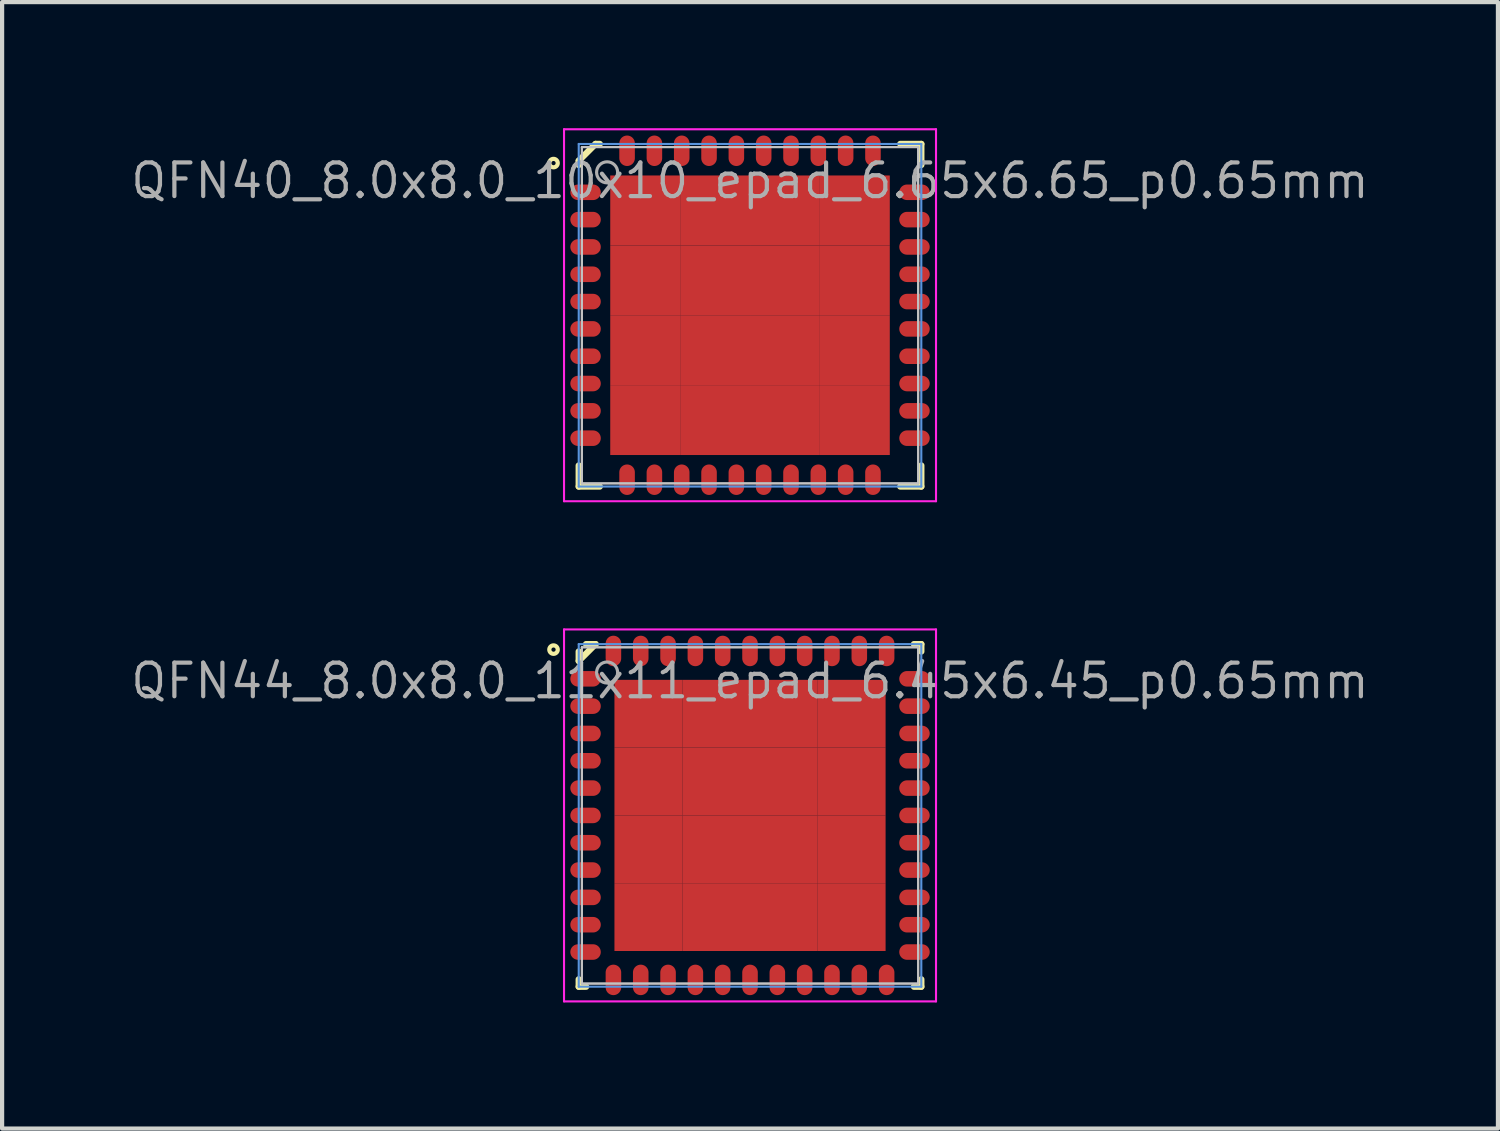
<source format=kicad_pcb>
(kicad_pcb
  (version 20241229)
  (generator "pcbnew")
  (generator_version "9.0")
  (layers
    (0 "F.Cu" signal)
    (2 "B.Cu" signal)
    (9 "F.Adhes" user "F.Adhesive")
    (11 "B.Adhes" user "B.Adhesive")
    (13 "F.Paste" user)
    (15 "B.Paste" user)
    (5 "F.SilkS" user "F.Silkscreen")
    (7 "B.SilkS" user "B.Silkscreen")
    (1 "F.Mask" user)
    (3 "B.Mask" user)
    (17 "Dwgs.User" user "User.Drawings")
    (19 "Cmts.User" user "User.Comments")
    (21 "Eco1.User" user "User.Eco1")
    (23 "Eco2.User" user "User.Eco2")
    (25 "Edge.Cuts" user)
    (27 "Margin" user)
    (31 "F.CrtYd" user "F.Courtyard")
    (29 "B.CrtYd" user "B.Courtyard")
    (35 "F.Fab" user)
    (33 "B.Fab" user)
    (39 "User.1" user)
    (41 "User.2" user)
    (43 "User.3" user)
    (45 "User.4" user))
  (footprint "QFN40_8.0x8.0_10x10_epad_6.65x6.65_p0.65mm"
    (layer "F.Cu")
    (at 14.794 4.45)
    (property "Reference" "QFN40_8.0x8.0_10x10_epad_6.65x6.65_p0.65mm" (at 0 -3.2 0) (layer "F.Fab") (effects (font (size 0.8 0.8) (thickness 0.1))))
    (attr through_hole)
    (fp_line (start -4.075 -3.675) (end -4.075 -3.575) (stroke (width 0.15) (type solid)) (layer "F.SilkS"))
    (fp_line (start -4.075 -3.675) (end -3.675 -4.075) (stroke (width 0.15) (type solid)) (layer "F.SilkS"))
    (fp_line (start -4.075 4.075) (end -4.075 3.575) (stroke (width 0.15) (type solid)) (layer "F.SilkS"))
    (fp_line (start -4.075 4.075) (end -3.575 4.075) (stroke (width 0.15) (type solid)) (layer "F.SilkS"))
    (fp_line (start -3.575 -4.075) (end -3.675 -4.075) (stroke (width 0.15) (type solid)) (layer "F.SilkS"))
    (fp_line (start 4.075 -4.075) (end 3.575 -4.075) (stroke (width 0.15) (type solid)) (layer "F.SilkS"))
    (fp_line (start 4.075 -4.075) (end 4.075 -3.575) (stroke (width 0.15) (type solid)) (layer "F.SilkS"))
    (fp_line (start 4.075 4.075) (end 3.575 4.075) (stroke (width 0.15) (type solid)) (layer "F.SilkS"))
    (fp_line (start 4.075 4.075) (end 4.075 3.575) (stroke (width 0.15) (type solid)) (layer "F.SilkS"))
    (fp_circle (center -4.675 -3.62) (end -4.604 -3.549) (stroke (width 0.1) (type solid)) (fill no) (layer "F.SilkS"))
    (fp_line (start -4 -4) (end -4 4) (stroke (width 0.05) (type solid)) (layer "Dwgs.User"))
    (fp_line (start -4 -4) (end 4 -4) (stroke (width 0.05) (type solid)) (layer "Dwgs.User"))
    (fp_line (start -4 4) (end 4 4) (stroke (width 0.05) (type solid)) (layer "Dwgs.User"))
    (fp_line (start 4 -4) (end 4 4) (stroke (width 0.05) (type solid)) (layer "Dwgs.User"))
    (fp_line (start -4.075 -4.075) (end -4.075 4.075) (stroke (width 0.05) (type solid)) (layer "Cmts.User"))
    (fp_line (start -4.075 -4.075) (end 4.075 -4.075) (stroke (width 0.05) (type solid)) (layer "Cmts.User"))
    (fp_line (start -4.075 4.075) (end 4.075 4.075) (stroke (width 0.05) (type solid)) (layer "Cmts.User"))
    (fp_line (start 4.075 -4.075) (end 4.075 4.075) (stroke (width 0.05) (type solid)) (layer "Cmts.User"))
    (fp_line (start -3.925 -3.925) (end -3.925 3.925) (stroke (width 0.05) (type solid)) (layer "Eco1.User"))
    (fp_line (start -3.925 -3.925) (end 3.925 -3.925) (stroke (width 0.05) (type solid)) (layer "Eco1.User"))
    (fp_line (start -3.925 3.925) (end 3.925 3.925) (stroke (width 0.05) (type solid)) (layer "Eco1.User"))
    (fp_line (start 3.925 -3.925) (end 3.925 3.925) (stroke (width 0.05) (type solid)) (layer "Eco1.User"))
    (fp_line (start -4.425 -4.425) (end -4.425 4.425) (stroke (width 0.05) (type solid)) (layer "F.CrtYd"))
    (fp_line (start -4.425 -4.425) (end 4.425 -4.425) (stroke (width 0.05) (type solid)) (layer "F.CrtYd"))
    (fp_line (start -4.425 4.425) (end 4.425 4.425) (stroke (width 0.05) (type solid)) (layer "F.CrtYd"))
    (fp_line (start 4.425 -4.425) (end 4.425 4.425) (stroke (width 0.05) (type solid)) (layer "F.CrtYd"))
    (fp_line (start -4 -4) (end -4 4) (stroke (width 0.05) (type solid)) (layer "F.Fab"))
    (fp_line (start -4 -4) (end 4 -4) (stroke (width 0.05) (type solid)) (layer "F.Fab"))
    (fp_line (start -4 4) (end 4 4) (stroke (width 0.05) (type solid)) (layer "F.Fab"))
    (fp_line (start 4 -4) (end 4 4) (stroke (width 0.05) (type solid)) (layer "F.Fab"))
    (fp_circle (center -3.4 -3.4) (end -3.223 -3.223) (stroke (width 0.075) (type solid)) (fill no) (layer "F.Fab"))
    (pad "1" smd oval (at -3.913 -2.925 180) (size 0.725 0.37) (layers "F.Cu" "F.Mask" "F.Paste"))
    (pad "2" smd oval (at -3.913 -2.275 180) (size 0.725 0.37) (layers "F.Cu" "F.Mask" "F.Paste"))
    (pad "3" smd oval (at -3.913 -1.625 180) (size 0.725 0.37) (layers "F.Cu" "F.Mask" "F.Paste"))
    (pad "4" smd oval (at -3.913 -0.975 180) (size 0.725 0.37) (layers "F.Cu" "F.Mask" "F.Paste"))
    (pad "5" smd oval (at -3.913 -0.325 180) (size 0.725 0.37) (layers "F.Cu" "F.Mask" "F.Paste"))
    (pad "6" smd oval (at -3.913 0.325 180) (size 0.725 0.37) (layers "F.Cu" "F.Mask" "F.Paste"))
    (pad "7" smd oval (at -3.913 0.975 180) (size 0.725 0.37) (layers "F.Cu" "F.Mask" "F.Paste"))
    (pad "8" smd oval (at -3.913 1.625 180) (size 0.725 0.37) (layers "F.Cu" "F.Mask" "F.Paste"))
    (pad "9" smd oval (at -3.913 2.275 180) (size 0.725 0.37) (layers "F.Cu" "F.Mask" "F.Paste"))
    (pad "10" smd oval (at -3.913 2.925 180) (size 0.725 0.37) (layers "F.Cu" "F.Mask" "F.Paste"))
    (pad "11" smd oval (at -2.925 3.913 270) (size 0.725 0.37) (layers "F.Cu" "F.Mask" "F.Paste"))
    (pad "12" smd oval (at -2.275 3.913 270) (size 0.725 0.37) (layers "F.Cu" "F.Mask" "F.Paste"))
    (pad "13" smd oval (at -1.625 3.913 270) (size 0.725 0.37) (layers "F.Cu" "F.Mask" "F.Paste"))
    (pad "14" smd oval (at -0.975 3.913 270) (size 0.725 0.37) (layers "F.Cu" "F.Mask" "F.Paste"))
    (pad "15" smd oval (at -0.325 3.913 270) (size 0.725 0.37) (layers "F.Cu" "F.Mask" "F.Paste"))
    (pad "16" smd oval (at 0.325 3.913 270) (size 0.725 0.37) (layers "F.Cu" "F.Mask" "F.Paste"))
    (pad "17" smd oval (at 0.975 3.913 270) (size 0.725 0.37) (layers "F.Cu" "F.Mask" "F.Paste"))
    (pad "18" smd oval (at 1.625 3.913 270) (size 0.725 0.37) (layers "F.Cu" "F.Mask" "F.Paste"))
    (pad "19" smd oval (at 2.275 3.913 270) (size 0.725 0.37) (layers "F.Cu" "F.Mask" "F.Paste"))
    (pad "20" smd oval (at 2.925 3.913 270) (size 0.725 0.37) (layers "F.Cu" "F.Mask" "F.Paste"))
    (pad "21" smd oval (at 3.913 2.925) (size 0.725 0.37) (layers "F.Cu" "F.Mask" "F.Paste"))
    (pad "22" smd oval (at 3.913 2.275) (size 0.725 0.37) (layers "F.Cu" "F.Mask" "F.Paste"))
    (pad "23" smd oval (at 3.913 1.625) (size 0.725 0.37) (layers "F.Cu" "F.Mask" "F.Paste"))
    (pad "24" smd oval (at 3.913 0.975) (size 0.725 0.37) (layers "F.Cu" "F.Mask" "F.Paste"))
    (pad "25" smd oval (at 3.913 0.325) (size 0.725 0.37) (layers "F.Cu" "F.Mask" "F.Paste"))
    (pad "26" smd oval (at 3.913 -0.325) (size 0.725 0.37) (layers "F.Cu" "F.Mask" "F.Paste"))
    (pad "27" smd oval (at 3.913 -0.975) (size 0.725 0.37) (layers "F.Cu" "F.Mask" "F.Paste"))
    (pad "28" smd oval (at 3.913 -1.625) (size 0.725 0.37) (layers "F.Cu" "F.Mask" "F.Paste"))
    (pad "29" smd oval (at 3.913 -2.275) (size 0.725 0.37) (layers "F.Cu" "F.Mask" "F.Paste"))
    (pad "30" smd oval (at 3.913 -2.925) (size 0.725 0.37) (layers "F.Cu" "F.Mask" "F.Paste"))
    (pad "31" smd oval (at 2.925 -3.913 90) (size 0.725 0.37) (layers "F.Cu" "F.Mask" "F.Paste"))
    (pad "32" smd oval (at 2.275 -3.913 90) (size 0.725 0.37) (layers "F.Cu" "F.Mask" "F.Paste"))
    (pad "33" smd oval (at 1.625 -3.913 90) (size 0.725 0.37) (layers "F.Cu" "F.Mask" "F.Paste"))
    (pad "34" smd oval (at 0.975 -3.913 90) (size 0.725 0.37) (layers "F.Cu" "F.Mask" "F.Paste"))
    (pad "35" smd oval (at 0.325 -3.913 90) (size 0.725 0.37) (layers "F.Cu" "F.Mask" "F.Paste"))
    (pad "36" smd oval (at -0.325 -3.913 90) (size 0.725 0.37) (layers "F.Cu" "F.Mask" "F.Paste"))
    (pad "37" smd oval (at -0.975 -3.913 90) (size 0.725 0.37) (layers "F.Cu" "F.Mask" "F.Paste"))
    (pad "38" smd oval (at -1.625 -3.913 90) (size 0.725 0.37) (layers "F.Cu" "F.Mask" "F.Paste"))
    (pad "39" smd oval (at -2.275 -3.913 90) (size 0.725 0.37) (layers "F.Cu" "F.Mask" "F.Paste"))
    (pad "40" smd oval (at -2.925 -3.913 90) (size 0.725 0.37) (layers "F.Cu" "F.Mask" "F.Paste"))
    (pad "41" smd rect (at -2.494 -2.494) (size 1.663 1.663) (layers "F.Cu" "F.Mask" "F.Paste"))
    (pad "41" smd rect (at -2.494 -0.831) (size 1.663 1.663) (layers "F.Cu" "F.Mask" "F.Paste"))
    (pad "41" smd rect (at -2.494 0.831) (size 1.663 1.663) (layers "F.Cu" "F.Mask" "F.Paste"))
    (pad "41" smd rect (at -2.494 2.494) (size 1.663 1.663) (layers "F.Cu" "F.Mask" "F.Paste"))
    (pad "41" smd rect (at -0.831 -2.494) (size 1.663 1.663) (layers "F.Cu" "F.Mask" "F.Paste"))
    (pad "41" smd rect (at -0.831 -0.831) (size 1.663 1.663) (layers "F.Cu" "F.Mask" "F.Paste"))
    (pad "41" smd rect (at -0.831 0.831) (size 1.663 1.663) (layers "F.Cu" "F.Mask" "F.Paste"))
    (pad "41" smd rect (at -0.831 2.494) (size 1.663 1.663) (layers "F.Cu" "F.Mask" "F.Paste"))
    (pad "41" smd rect (at 0.831 -2.494) (size 1.663 1.663) (layers "F.Cu" "F.Mask" "F.Paste"))
    (pad "41" smd rect (at 0.831 -0.831) (size 1.663 1.663) (layers "F.Cu" "F.Mask" "F.Paste"))
    (pad "41" smd rect (at 0.831 0.831) (size 1.663 1.663) (layers "F.Cu" "F.Mask" "F.Paste"))
    (pad "41" smd rect (at 0.831 2.494) (size 1.663 1.663) (layers "F.Cu" "F.Mask" "F.Paste"))
    (pad "41" smd rect (at 2.494 -2.494) (size 1.663 1.663) (layers "F.Cu" "F.Mask" "F.Paste"))
    (pad "41" smd rect (at 2.494 -0.831) (size 1.663 1.663) (layers "F.Cu" "F.Mask" "F.Paste"))
    (pad "41" smd rect (at 2.494 0.831) (size 1.663 1.663) (layers "F.Cu" "F.Mask" "F.Paste"))
    (pad "41" smd rect (at 2.494 2.494) (size 1.663 1.663) (layers "F.Cu" "F.Mask" "F.Paste")))
  (footprint "QFN44_8.0x8.0_11x11_epad_6.45x6.45_p0.65mm"
    (layer "F.Cu")
    (at 14.794 16.35)
    (property "Reference" "QFN44_8.0x8.0_11x11_epad_6.45x6.45_p0.65mm" (at 0 -3.2 0) (layer "F.Fab") (effects (font (size 0.8 0.8) (thickness 0.1))))
    (attr through_hole)
    (fp_line (start -4.075 -3.675) (end -4.075 -3.9) (stroke (width 0.15) (type solid)) (layer "F.SilkS"))
    (fp_line (start -4.075 -3.675) (end -3.675 -4.075) (stroke (width 0.15) (type solid)) (layer "F.SilkS"))
    (fp_line (start -4.075 4.075) (end -4.075 3.9) (stroke (width 0.15) (type solid)) (layer "F.SilkS"))
    (fp_line (start -4.075 4.075) (end -3.9 4.075) (stroke (width 0.15) (type solid)) (layer "F.SilkS"))
    (fp_line (start -3.9 -4.075) (end -3.675 -4.075) (stroke (width 0.15) (type solid)) (layer "F.SilkS"))
    (fp_line (start 4.075 -4.075) (end 3.9 -4.075) (stroke (width 0.15) (type solid)) (layer "F.SilkS"))
    (fp_line (start 4.075 -4.075) (end 4.075 -3.9) (stroke (width 0.15) (type solid)) (layer "F.SilkS"))
    (fp_line (start 4.075 4.075) (end 3.9 4.075) (stroke (width 0.15) (type solid)) (layer "F.SilkS"))
    (fp_line (start 4.075 4.075) (end 4.075 3.9) (stroke (width 0.15) (type solid)) (layer "F.SilkS"))
    (fp_circle (center -4.675 -3.945) (end -4.604 -3.874) (stroke (width 0.1) (type solid)) (fill no) (layer "F.SilkS"))
    (fp_line (start -4 -4) (end -4 4) (stroke (width 0.05) (type solid)) (layer "Dwgs.User"))
    (fp_line (start -4 -4) (end 4 -4) (stroke (width 0.05) (type solid)) (layer "Dwgs.User"))
    (fp_line (start -4 4) (end 4 4) (stroke (width 0.05) (type solid)) (layer "Dwgs.User"))
    (fp_line (start 4 -4) (end 4 4) (stroke (width 0.05) (type solid)) (layer "Dwgs.User"))
    (fp_line (start -4.075 -4.075) (end -4.075 4.075) (stroke (width 0.05) (type solid)) (layer "Cmts.User"))
    (fp_line (start -4.075 -4.075) (end 4.075 -4.075) (stroke (width 0.05) (type solid)) (layer "Cmts.User"))
    (fp_line (start -4.075 4.075) (end 4.075 4.075) (stroke (width 0.05) (type solid)) (layer "Cmts.User"))
    (fp_line (start 4.075 -4.075) (end 4.075 4.075) (stroke (width 0.05) (type solid)) (layer "Cmts.User"))
    (fp_line (start -3.925 -3.925) (end -3.925 3.925) (stroke (width 0.05) (type solid)) (layer "Eco1.User"))
    (fp_line (start -3.925 -3.925) (end 3.925 -3.925) (stroke (width 0.05) (type solid)) (layer "Eco1.User"))
    (fp_line (start -3.925 3.925) (end 3.925 3.925) (stroke (width 0.05) (type solid)) (layer "Eco1.User"))
    (fp_line (start 3.925 -3.925) (end 3.925 3.925) (stroke (width 0.05) (type solid)) (layer "Eco1.User"))
    (fp_line (start -4.425 -4.425) (end -4.425 4.425) (stroke (width 0.05) (type solid)) (layer "F.CrtYd"))
    (fp_line (start -4.425 -4.425) (end 4.425 -4.425) (stroke (width 0.05) (type solid)) (layer "F.CrtYd"))
    (fp_line (start -4.425 4.425) (end 4.425 4.425) (stroke (width 0.05) (type solid)) (layer "F.CrtYd"))
    (fp_line (start 4.425 -4.425) (end 4.425 4.425) (stroke (width 0.05) (type solid)) (layer "F.CrtYd"))
    (fp_line (start -4 -4) (end -4 4) (stroke (width 0.05) (type solid)) (layer "F.Fab"))
    (fp_line (start -4 -4) (end 4 -4) (stroke (width 0.05) (type solid)) (layer "F.Fab"))
    (fp_line (start -4 4) (end 4 4) (stroke (width 0.05) (type solid)) (layer "F.Fab"))
    (fp_line (start 4 -4) (end 4 4) (stroke (width 0.05) (type solid)) (layer "F.Fab"))
    (fp_circle (center -3.4 -3.4) (end -3.223 -3.223) (stroke (width 0.075) (type solid)) (fill no) (layer "F.Fab"))
    (pad "1" smd oval (at -3.913 -3.25 180) (size 0.725 0.37) (layers "F.Cu" "F.Mask" "F.Paste"))
    (pad "2" smd oval (at -3.913 -2.6 180) (size 0.725 0.37) (layers "F.Cu" "F.Mask" "F.Paste"))
    (pad "3" smd oval (at -3.913 -1.95 180) (size 0.725 0.37) (layers "F.Cu" "F.Mask" "F.Paste"))
    (pad "4" smd oval (at -3.913 -1.3 180) (size 0.725 0.37) (layers "F.Cu" "F.Mask" "F.Paste"))
    (pad "5" smd oval (at -3.913 -0.65 180) (size 0.725 0.37) (layers "F.Cu" "F.Mask" "F.Paste"))
    (pad "6" smd oval (at -3.913 0 180) (size 0.725 0.37) (layers "F.Cu" "F.Mask" "F.Paste"))
    (pad "7" smd oval (at -3.913 0.65 180) (size 0.725 0.37) (layers "F.Cu" "F.Mask" "F.Paste"))
    (pad "8" smd oval (at -3.913 1.3 180) (size 0.725 0.37) (layers "F.Cu" "F.Mask" "F.Paste"))
    (pad "9" smd oval (at -3.913 1.95 180) (size 0.725 0.37) (layers "F.Cu" "F.Mask" "F.Paste"))
    (pad "10" smd oval (at -3.913 2.6 180) (size 0.725 0.37) (layers "F.Cu" "F.Mask" "F.Paste"))
    (pad "11" smd oval (at -3.913 3.25 180) (size 0.725 0.37) (layers "F.Cu" "F.Mask" "F.Paste"))
    (pad "12" smd oval (at -3.25 3.913 270) (size 0.725 0.37) (layers "F.Cu" "F.Mask" "F.Paste"))
    (pad "13" smd oval (at -2.6 3.913 270) (size 0.725 0.37) (layers "F.Cu" "F.Mask" "F.Paste"))
    (pad "14" smd oval (at -1.95 3.913 270) (size 0.725 0.37) (layers "F.Cu" "F.Mask" "F.Paste"))
    (pad "15" smd oval (at -1.3 3.913 270) (size 0.725 0.37) (layers "F.Cu" "F.Mask" "F.Paste"))
    (pad "16" smd oval (at -0.65 3.913 270) (size 0.725 0.37) (layers "F.Cu" "F.Mask" "F.Paste"))
    (pad "17" smd oval (at 0 3.913 270) (size 0.725 0.37) (layers "F.Cu" "F.Mask" "F.Paste"))
    (pad "18" smd oval (at 0.65 3.913 270) (size 0.725 0.37) (layers "F.Cu" "F.Mask" "F.Paste"))
    (pad "19" smd oval (at 1.3 3.913 270) (size 0.725 0.37) (layers "F.Cu" "F.Mask" "F.Paste"))
    (pad "20" smd oval (at 1.95 3.913 270) (size 0.725 0.37) (layers "F.Cu" "F.Mask" "F.Paste"))
    (pad "21" smd oval (at 2.6 3.913 270) (size 0.725 0.37) (layers "F.Cu" "F.Mask" "F.Paste"))
    (pad "22" smd oval (at 3.25 3.913 270) (size 0.725 0.37) (layers "F.Cu" "F.Mask" "F.Paste"))
    (pad "23" smd oval (at 3.913 3.25) (size 0.725 0.37) (layers "F.Cu" "F.Mask" "F.Paste"))
    (pad "24" smd oval (at 3.913 2.6) (size 0.725 0.37) (layers "F.Cu" "F.Mask" "F.Paste"))
    (pad "25" smd oval (at 3.913 1.95) (size 0.725 0.37) (layers "F.Cu" "F.Mask" "F.Paste"))
    (pad "26" smd oval (at 3.913 1.3) (size 0.725 0.37) (layers "F.Cu" "F.Mask" "F.Paste"))
    (pad "27" smd oval (at 3.913 0.65) (size 0.725 0.37) (layers "F.Cu" "F.Mask" "F.Paste"))
    (pad "28" smd oval (at 3.913 0) (size 0.725 0.37) (layers "F.Cu" "F.Mask" "F.Paste"))
    (pad "29" smd oval (at 3.913 -0.65) (size 0.725 0.37) (layers "F.Cu" "F.Mask" "F.Paste"))
    (pad "30" smd oval (at 3.913 -1.3) (size 0.725 0.37) (layers "F.Cu" "F.Mask" "F.Paste"))
    (pad "31" smd oval (at 3.913 -1.95) (size 0.725 0.37) (layers "F.Cu" "F.Mask" "F.Paste"))
    (pad "32" smd oval (at 3.913 -2.6) (size 0.725 0.37) (layers "F.Cu" "F.Mask" "F.Paste"))
    (pad "33" smd oval (at 3.913 -3.25) (size 0.725 0.37) (layers "F.Cu" "F.Mask" "F.Paste"))
    (pad "34" smd oval (at 3.25 -3.913 90) (size 0.725 0.37) (layers "F.Cu" "F.Mask" "F.Paste"))
    (pad "35" smd oval (at 2.6 -3.913 90) (size 0.725 0.37) (layers "F.Cu" "F.Mask" "F.Paste"))
    (pad "36" smd oval (at 1.95 -3.913 90) (size 0.725 0.37) (layers "F.Cu" "F.Mask" "F.Paste"))
    (pad "37" smd oval (at 1.3 -3.913 90) (size 0.725 0.37) (layers "F.Cu" "F.Mask" "F.Paste"))
    (pad "38" smd oval (at 0.65 -3.913 90) (size 0.725 0.37) (layers "F.Cu" "F.Mask" "F.Paste"))
    (pad "39" smd oval (at 0 -3.913 90) (size 0.725 0.37) (layers "F.Cu" "F.Mask" "F.Paste"))
    (pad "40" smd oval (at -0.65 -3.913 90) (size 0.725 0.37) (layers "F.Cu" "F.Mask" "F.Paste"))
    (pad "41" smd oval (at -1.3 -3.913 90) (size 0.725 0.37) (layers "F.Cu" "F.Mask" "F.Paste"))
    (pad "42" smd oval (at -1.95 -3.913 90) (size 0.725 0.37) (layers "F.Cu" "F.Mask" "F.Paste"))
    (pad "43" smd oval (at -2.6 -3.913 90) (size 0.725 0.37) (layers "F.Cu" "F.Mask" "F.Paste"))
    (pad "44" smd oval (at -3.25 -3.913 90) (size 0.725 0.37) (layers "F.Cu" "F.Mask" "F.Paste"))
    (pad "45" smd rect (at -2.419 -2.419) (size 1.613 1.613) (layers "F.Cu" "F.Mask" "F.Paste"))
    (pad "45" smd rect (at -2.419 -0.806) (size 1.613 1.613) (layers "F.Cu" "F.Mask" "F.Paste"))
    (pad "45" smd rect (at -2.419 0.806) (size 1.613 1.613) (layers "F.Cu" "F.Mask" "F.Paste"))
    (pad "45" smd rect (at -2.419 2.419) (size 1.613 1.613) (layers "F.Cu" "F.Mask" "F.Paste"))
    (pad "45" smd rect (at -0.806 -2.419) (size 1.613 1.613) (layers "F.Cu" "F.Mask" "F.Paste"))
    (pad "45" smd rect (at -0.806 -0.806) (size 1.613 1.613) (layers "F.Cu" "F.Mask" "F.Paste"))
    (pad "45" smd rect (at -0.806 0.806) (size 1.613 1.613) (layers "F.Cu" "F.Mask" "F.Paste"))
    (pad "45" smd rect (at -0.806 2.419) (size 1.613 1.613) (layers "F.Cu" "F.Mask" "F.Paste"))
    (pad "45" smd rect (at 0.806 -2.419) (size 1.613 1.613) (layers "F.Cu" "F.Mask" "F.Paste"))
    (pad "45" smd rect (at 0.806 -0.806) (size 1.613 1.613) (layers "F.Cu" "F.Mask" "F.Paste"))
    (pad "45" smd rect (at 0.806 0.806) (size 1.613 1.613) (layers "F.Cu" "F.Mask" "F.Paste"))
    (pad "45" smd rect (at 0.806 2.419) (size 1.613 1.613) (layers "F.Cu" "F.Mask" "F.Paste"))
    (pad "45" smd rect (at 2.419 -2.419) (size 1.613 1.613) (layers "F.Cu" "F.Mask" "F.Paste"))
    (pad "45" smd rect (at 2.419 -0.806) (size 1.613 1.613) (layers "F.Cu" "F.Mask" "F.Paste"))
    (pad "45" smd rect (at 2.419 0.806) (size 1.613 1.613) (layers "F.Cu" "F.Mask" "F.Paste"))
    (pad "45" smd rect (at 2.419 2.419) (size 1.613 1.613) (layers "F.Cu" "F.Mask" "F.Paste")))
  (gr_rect
    (start -3 -3)
    (end 32.588 23.8)
    (stroke (width 0.1) (type default))
    (fill no)
    (layer "Edge.Cuts")))
</source>
